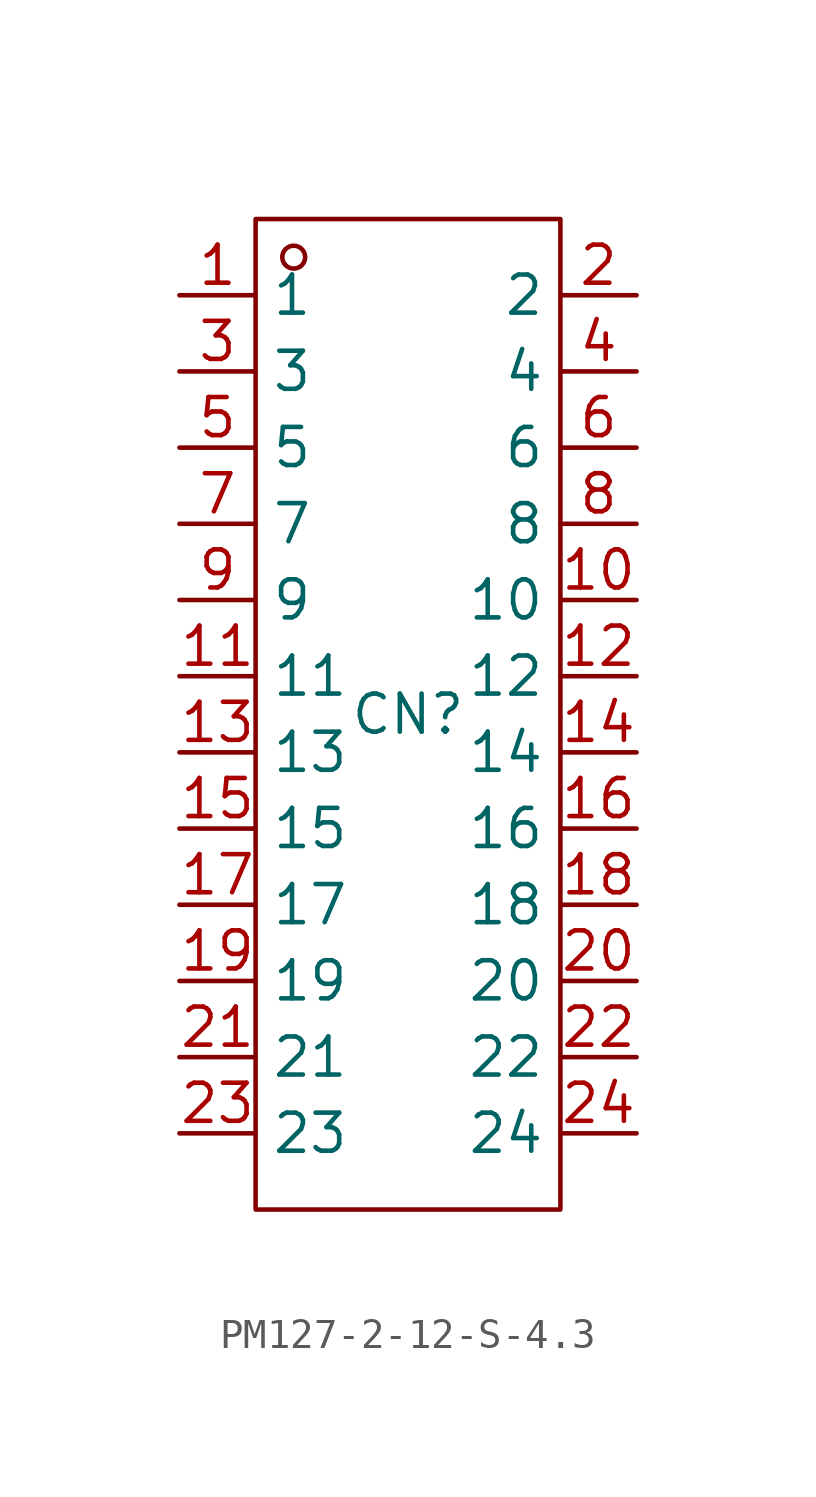
<source format=kicad_sym>
(kicad_symbol_lib
  (version 20241209)
  (generator "kicad_symbol_editor")
  (generator_version "9.0")
  (symbol "PM127-2-12-S-4.3"
    (property "Reference" "CN"
      (at 0 0 0)
      (effects (font (size 1.27 1.27))))
    (property "Value" ""
      (at 0 0 0)
      (effects (font (size 1.27 1.27))))
    (symbol "PM127-2-12-S-4.3_1_0"
      (rectangle (start -5.08 -16.51) (end 5.08 16.51) (stroke (width 0) (type default)) (fill (type none)))
      (circle (center -3.81 15.24) (radius 0.381) (stroke (width 0) (type default)) (fill (type none)))
      (pin unspecified line (at -7.62 13.97 0) (length 2.54) (name "1" (effects (font (size 1.27 1.27)))) (number "1" (effects (font (size 1.27 1.27)))))
      (pin unspecified line (at -7.62 11.43 0) (length 2.54) (name "3" (effects (font (size 1.27 1.27)))) (number "3" (effects (font (size 1.27 1.27)))))
      (pin unspecified line (at -7.62 8.89 0) (length 2.54) (name "5" (effects (font (size 1.27 1.27)))) (number "5" (effects (font (size 1.27 1.27)))))
      (pin unspecified line (at -7.62 6.35 0) (length 2.54) (name "7" (effects (font (size 1.27 1.27)))) (number "7" (effects (font (size 1.27 1.27)))))
      (pin unspecified line (at -7.62 3.81 0) (length 2.54) (name "9" (effects (font (size 1.27 1.27)))) (number "9" (effects (font (size 1.27 1.27)))))
      (pin unspecified line (at -7.62 1.27 0) (length 2.54) (name "11" (effects (font (size 1.27 1.27)))) (number "11" (effects (font (size 1.27 1.27)))))
      (pin unspecified line (at -7.62 -1.27 0) (length 2.54) (name "13" (effects (font (size 1.27 1.27)))) (number "13" (effects (font (size 1.27 1.27)))))
      (pin unspecified line (at -7.62 -3.81 0) (length 2.54) (name "15" (effects (font (size 1.27 1.27)))) (number "15" (effects (font (size 1.27 1.27)))))
      (pin unspecified line (at -7.62 -6.35 0) (length 2.54) (name "17" (effects (font (size 1.27 1.27)))) (number "17" (effects (font (size 1.27 1.27)))))
      (pin unspecified line (at -7.62 -8.89 0) (length 2.54) (name "19" (effects (font (size 1.27 1.27)))) (number "19" (effects (font (size 1.27 1.27)))))
      (pin unspecified line (at -7.62 -11.43 0) (length 2.54) (name "21" (effects (font (size 1.27 1.27)))) (number "21" (effects (font (size 1.27 1.27)))))
      (pin unspecified line (at -7.62 -13.97 0) (length 2.54) (name "23" (effects (font (size 1.27 1.27)))) (number "23" (effects (font (size 1.27 1.27)))))
      (pin unspecified line (at 7.62 13.97 180) (length 2.54) (name "2" (effects (font (size 1.27 1.27)))) (number "2" (effects (font (size 1.27 1.27)))))
      (pin unspecified line (at 7.62 11.43 180) (length 2.54) (name "4" (effects (font (size 1.27 1.27)))) (number "4" (effects (font (size 1.27 1.27)))))
      (pin unspecified line (at 7.62 8.89 180) (length 2.54) (name "6" (effects (font (size 1.27 1.27)))) (number "6" (effects (font (size 1.27 1.27)))))
      (pin unspecified line (at 7.62 6.35 180) (length 2.54) (name "8" (effects (font (size 1.27 1.27)))) (number "8" (effects (font (size 1.27 1.27)))))
      (pin unspecified line (at 7.62 3.81 180) (length 2.54) (name "10" (effects (font (size 1.27 1.27)))) (number "10" (effects (font (size 1.27 1.27)))))
      (pin unspecified line (at 7.62 1.27 180) (length 2.54) (name "12" (effects (font (size 1.27 1.27)))) (number "12" (effects (font (size 1.27 1.27)))))
      (pin unspecified line (at 7.62 -1.27 180) (length 2.54) (name "14" (effects (font (size 1.27 1.27)))) (number "14" (effects (font (size 1.27 1.27)))))
      (pin unspecified line (at 7.62 -3.81 180) (length 2.54) (name "16" (effects (font (size 1.27 1.27)))) (number "16" (effects (font (size 1.27 1.27)))))
      (pin unspecified line (at 7.62 -6.35 180) (length 2.54) (name "18" (effects (font (size 1.27 1.27)))) (number "18" (effects (font (size 1.27 1.27)))))
      (pin unspecified line (at 7.62 -8.89 180) (length 2.54) (name "20" (effects (font (size 1.27 1.27)))) (number "20" (effects (font (size 1.27 1.27)))))
      (pin unspecified line (at 7.62 -11.43 180) (length 2.54) (name "22" (effects (font (size 1.27 1.27)))) (number "22" (effects (font (size 1.27 1.27)))))
      (pin unspecified line (at 7.62 -13.97 180) (length 2.54) (name "24" (effects (font (size 1.27 1.27)))) (number "24" (effects (font (size 1.27 1.27))))))))
</source>
